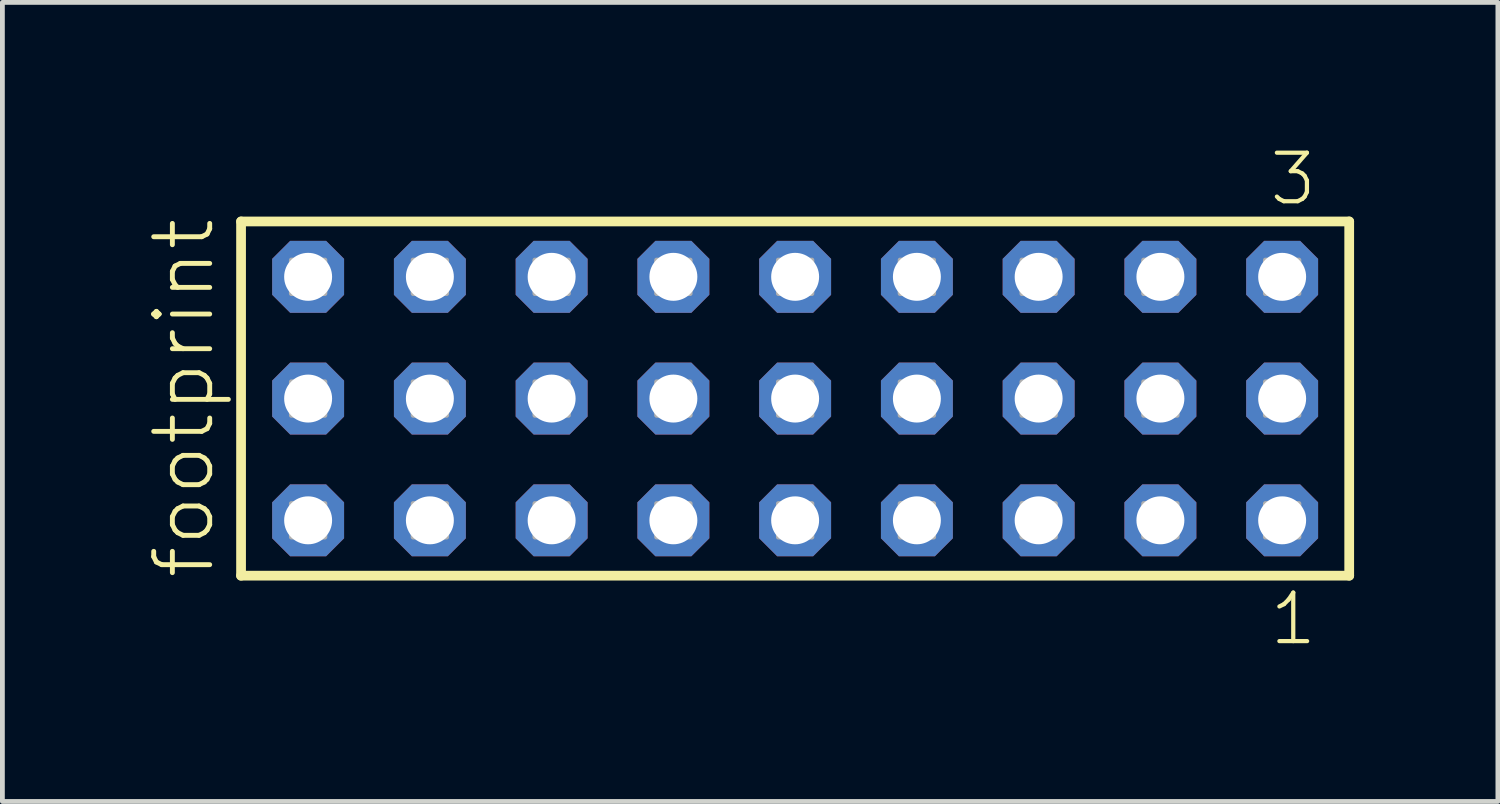
<source format=kicad_pcb>
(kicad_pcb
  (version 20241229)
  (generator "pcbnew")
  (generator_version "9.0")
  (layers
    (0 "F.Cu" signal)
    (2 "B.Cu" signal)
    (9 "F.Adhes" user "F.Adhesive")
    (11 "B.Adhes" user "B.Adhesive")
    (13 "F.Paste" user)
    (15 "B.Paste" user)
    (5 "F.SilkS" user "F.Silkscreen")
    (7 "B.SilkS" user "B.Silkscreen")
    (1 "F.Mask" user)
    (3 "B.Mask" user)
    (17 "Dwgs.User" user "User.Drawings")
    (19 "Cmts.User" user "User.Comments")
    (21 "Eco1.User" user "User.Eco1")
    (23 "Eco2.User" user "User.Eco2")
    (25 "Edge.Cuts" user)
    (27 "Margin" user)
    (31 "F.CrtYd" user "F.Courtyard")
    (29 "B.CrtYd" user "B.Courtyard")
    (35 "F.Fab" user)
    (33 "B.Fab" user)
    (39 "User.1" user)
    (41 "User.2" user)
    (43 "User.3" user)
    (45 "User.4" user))
  (footprint "footprint"
    (layer "F.Cu")
    (at 13.538 5.265)
    (property "Reference" "footprint" (at -12.065 3.81 90) (layer "F.SilkS") (effects (font (size 1.168 1.168) (thickness 0.102)) (justify left bottom)))
    (fp_line (start -11.559 -3.695) (end 11.559 -3.695) (stroke (width 0.203) (type solid)) (layer "F.SilkS"))
    (fp_line (start -11.559 3.695) (end -11.559 -3.695) (stroke (width 0.203) (type solid)) (layer "F.SilkS"))
    (fp_line (start 11.559 -3.695) (end 11.559 3.695) (stroke (width 0.203) (type solid)) (layer "F.SilkS"))
    (fp_line (start 11.559 3.695) (end -11.559 3.695) (stroke (width 0.203) (type solid)) (layer "F.SilkS"))
    (fp_poly (pts (xy -10.51 -2.19) (xy -9.81 -2.19) (xy -9.81 -2.89) (xy -10.51 -2.89)) (stroke (width 0.1) (type solid)) (fill no) (layer "F.Fab"))
    (fp_poly (pts (xy -10.51 0.35) (xy -9.81 0.35) (xy -9.81 -0.35) (xy -10.51 -0.35)) (stroke (width 0.1) (type solid)) (fill no) (layer "F.Fab"))
    (fp_poly (pts (xy -10.51 2.89) (xy -9.81 2.89) (xy -9.81 2.19) (xy -10.51 2.19)) (stroke (width 0.1) (type solid)) (fill no) (layer "F.Fab"))
    (fp_poly (pts (xy -7.97 -2.19) (xy -7.27 -2.19) (xy -7.27 -2.89) (xy -7.97 -2.89)) (stroke (width 0.1) (type solid)) (fill no) (layer "F.Fab"))
    (fp_poly (pts (xy -7.97 0.35) (xy -7.27 0.35) (xy -7.27 -0.35) (xy -7.97 -0.35)) (stroke (width 0.1) (type solid)) (fill no) (layer "F.Fab"))
    (fp_poly (pts (xy -7.97 2.89) (xy -7.27 2.89) (xy -7.27 2.19) (xy -7.97 2.19)) (stroke (width 0.1) (type solid)) (fill no) (layer "F.Fab"))
    (fp_poly (pts (xy -5.43 -2.19) (xy -4.73 -2.19) (xy -4.73 -2.89) (xy -5.43 -2.89)) (stroke (width 0.1) (type solid)) (fill no) (layer "F.Fab"))
    (fp_poly (pts (xy -5.43 0.35) (xy -4.73 0.35) (xy -4.73 -0.35) (xy -5.43 -0.35)) (stroke (width 0.1) (type solid)) (fill no) (layer "F.Fab"))
    (fp_poly (pts (xy -5.43 2.89) (xy -4.73 2.89) (xy -4.73 2.19) (xy -5.43 2.19)) (stroke (width 0.1) (type solid)) (fill no) (layer "F.Fab"))
    (fp_poly (pts (xy -2.89 -2.19) (xy -2.19 -2.19) (xy -2.19 -2.89) (xy -2.89 -2.89)) (stroke (width 0.1) (type solid)) (fill no) (layer "F.Fab"))
    (fp_poly (pts (xy -2.89 0.35) (xy -2.19 0.35) (xy -2.19 -0.35) (xy -2.89 -0.35)) (stroke (width 0.1) (type solid)) (fill no) (layer "F.Fab"))
    (fp_poly (pts (xy -2.89 2.89) (xy -2.19 2.89) (xy -2.19 2.19) (xy -2.89 2.19)) (stroke (width 0.1) (type solid)) (fill no) (layer "F.Fab"))
    (fp_poly (pts (xy -0.35 -2.19) (xy 0.35 -2.19) (xy 0.35 -2.89) (xy -0.35 -2.89)) (stroke (width 0.1) (type solid)) (fill no) (layer "F.Fab"))
    (fp_poly (pts (xy -0.35 0.35) (xy 0.35 0.35) (xy 0.35 -0.35) (xy -0.35 -0.35)) (stroke (width 0.1) (type solid)) (fill no) (layer "F.Fab"))
    (fp_poly (pts (xy -0.35 2.89) (xy 0.35 2.89) (xy 0.35 2.19) (xy -0.35 2.19)) (stroke (width 0.1) (type solid)) (fill no) (layer "F.Fab"))
    (fp_poly (pts (xy 2.19 -2.19) (xy 2.89 -2.19) (xy 2.89 -2.89) (xy 2.19 -2.89)) (stroke (width 0.1) (type solid)) (fill no) (layer "F.Fab"))
    (fp_poly (pts (xy 2.19 0.35) (xy 2.89 0.35) (xy 2.89 -0.35) (xy 2.19 -0.35)) (stroke (width 0.1) (type solid)) (fill no) (layer "F.Fab"))
    (fp_poly (pts (xy 2.19 2.89) (xy 2.89 2.89) (xy 2.89 2.19) (xy 2.19 2.19)) (stroke (width 0.1) (type solid)) (fill no) (layer "F.Fab"))
    (fp_poly (pts (xy 4.73 -2.19) (xy 5.43 -2.19) (xy 5.43 -2.89) (xy 4.73 -2.89)) (stroke (width 0.1) (type solid)) (fill no) (layer "F.Fab"))
    (fp_poly (pts (xy 4.73 0.35) (xy 5.43 0.35) (xy 5.43 -0.35) (xy 4.73 -0.35)) (stroke (width 0.1) (type solid)) (fill no) (layer "F.Fab"))
    (fp_poly (pts (xy 4.73 2.89) (xy 5.43 2.89) (xy 5.43 2.19) (xy 4.73 2.19)) (stroke (width 0.1) (type solid)) (fill no) (layer "F.Fab"))
    (fp_poly (pts (xy 7.27 -2.19) (xy 7.97 -2.19) (xy 7.97 -2.89) (xy 7.27 -2.89)) (stroke (width 0.1) (type solid)) (fill no) (layer "F.Fab"))
    (fp_poly (pts (xy 7.27 0.35) (xy 7.97 0.35) (xy 7.97 -0.35) (xy 7.27 -0.35)) (stroke (width 0.1) (type solid)) (fill no) (layer "F.Fab"))
    (fp_poly (pts (xy 7.27 2.89) (xy 7.97 2.89) (xy 7.97 2.19) (xy 7.27 2.19)) (stroke (width 0.1) (type solid)) (fill no) (layer "F.Fab"))
    (fp_poly (pts (xy 9.81 -2.19) (xy 10.51 -2.19) (xy 10.51 -2.89) (xy 9.81 -2.89)) (stroke (width 0.1) (type solid)) (fill no) (layer "F.Fab"))
    (fp_poly (pts (xy 9.81 0.35) (xy 10.51 0.35) (xy 10.51 -0.35) (xy 9.81 -0.35)) (stroke (width 0.1) (type solid)) (fill no) (layer "F.Fab"))
    (fp_poly (pts (xy 9.81 2.89) (xy 10.51 2.89) (xy 10.51 2.19) (xy 9.81 2.19)) (stroke (width 0.1) (type solid)) (fill no) (layer "F.Fab"))
    (fp_text user "1" (at 9.852 5.188 0) (layer "F.SilkS") (effects (font (size 1.012 1.012) (thickness 0.088)) (justify left bottom)))
    (fp_text user "3" (at 9.848 -3.989 0) (layer "F.SilkS") (effects (font (size 1.012 1.012) (thickness 0.088)) (justify left bottom)))
    (pad "1" thru_hole roundrect (at 10.16 2.54 180) (size 1.5 1.5) (drill 1) (layers "*.Cu" "*.Mask") (roundrect_rratio 0.25) (chamfer_ratio 0.25) (chamfer top_left top_right bottom_left bottom_right))
    (pad "2" thru_hole roundrect (at 10.16 0 180) (size 1.5 1.5) (drill 1) (layers "*.Cu" "*.Mask") (roundrect_rratio 0.25) (chamfer_ratio 0.25) (chamfer top_left top_right bottom_left bottom_right))
    (pad "3" thru_hole roundrect (at 10.16 -2.54 180) (size 1.5 1.5) (drill 1) (layers "*.Cu" "*.Mask") (roundrect_rratio 0.25) (chamfer_ratio 0.25) (chamfer top_left top_right bottom_left bottom_right))
    (pad "4" thru_hole roundrect (at 7.62 2.54 180) (size 1.5 1.5) (drill 1) (layers "*.Cu" "*.Mask") (roundrect_rratio 0.25) (chamfer_ratio 0.25) (chamfer top_left top_right bottom_left bottom_right))
    (pad "5" thru_hole roundrect (at 7.62 0 180) (size 1.5 1.5) (drill 1) (layers "*.Cu" "*.Mask") (roundrect_rratio 0.25) (chamfer_ratio 0.25) (chamfer top_left top_right bottom_left bottom_right))
    (pad "6" thru_hole roundrect (at 7.62 -2.54 180) (size 1.5 1.5) (drill 1) (layers "*.Cu" "*.Mask") (roundrect_rratio 0.25) (chamfer_ratio 0.25) (chamfer top_left top_right bottom_left bottom_right))
    (pad "7" thru_hole roundrect (at 5.08 2.54 180) (size 1.5 1.5) (drill 1) (layers "*.Cu" "*.Mask") (roundrect_rratio 0.25) (chamfer_ratio 0.25) (chamfer top_left top_right bottom_left bottom_right))
    (pad "8" thru_hole roundrect (at 5.08 0 180) (size 1.5 1.5) (drill 1) (layers "*.Cu" "*.Mask") (roundrect_rratio 0.25) (chamfer_ratio 0.25) (chamfer top_left top_right bottom_left bottom_right))
    (pad "9" thru_hole roundrect (at 5.08 -2.54 180) (size 1.5 1.5) (drill 1) (layers "*.Cu" "*.Mask") (roundrect_rratio 0.25) (chamfer_ratio 0.25) (chamfer top_left top_right bottom_left bottom_right))
    (pad "10" thru_hole roundrect (at 2.54 2.54 180) (size 1.5 1.5) (drill 1) (layers "*.Cu" "*.Mask") (roundrect_rratio 0.25) (chamfer_ratio 0.25) (chamfer top_left top_right bottom_left bottom_right))
    (pad "11" thru_hole roundrect (at 2.54 0 180) (size 1.5 1.5) (drill 1) (layers "*.Cu" "*.Mask") (roundrect_rratio 0.25) (chamfer_ratio 0.25) (chamfer top_left top_right bottom_left bottom_right))
    (pad "12" thru_hole roundrect (at 2.54 -2.54 180) (size 1.5 1.5) (drill 1) (layers "*.Cu" "*.Mask") (roundrect_rratio 0.25) (chamfer_ratio 0.25) (chamfer top_left top_right bottom_left bottom_right))
    (pad "13" thru_hole roundrect (at 0 2.54 180) (size 1.5 1.5) (drill 1) (layers "*.Cu" "*.Mask") (roundrect_rratio 0.25) (chamfer_ratio 0.25) (chamfer top_left top_right bottom_left bottom_right))
    (pad "14" thru_hole roundrect (at 0 0 180) (size 1.5 1.5) (drill 1) (layers "*.Cu" "*.Mask") (roundrect_rratio 0.25) (chamfer_ratio 0.25) (chamfer top_left top_right bottom_left bottom_right))
    (pad "15" thru_hole roundrect (at 0 -2.54 180) (size 1.5 1.5) (drill 1) (layers "*.Cu" "*.Mask") (roundrect_rratio 0.25) (chamfer_ratio 0.25) (chamfer top_left top_right bottom_left bottom_right))
    (pad "16" thru_hole roundrect (at -2.54 2.54 180) (size 1.5 1.5) (drill 1) (layers "*.Cu" "*.Mask") (roundrect_rratio 0.25) (chamfer_ratio 0.25) (chamfer top_left top_right bottom_left bottom_right))
    (pad "17" thru_hole roundrect (at -2.54 0 180) (size 1.5 1.5) (drill 1) (layers "*.Cu" "*.Mask") (roundrect_rratio 0.25) (chamfer_ratio 0.25) (chamfer top_left top_right bottom_left bottom_right))
    (pad "18" thru_hole roundrect (at -2.54 -2.54 180) (size 1.5 1.5) (drill 1) (layers "*.Cu" "*.Mask") (roundrect_rratio 0.25) (chamfer_ratio 0.25) (chamfer top_left top_right bottom_left bottom_right))
    (pad "19" thru_hole roundrect (at -5.08 2.54 180) (size 1.5 1.5) (drill 1) (layers "*.Cu" "*.Mask") (roundrect_rratio 0.25) (chamfer_ratio 0.25) (chamfer top_left top_right bottom_left bottom_right))
    (pad "20" thru_hole roundrect (at -5.08 0 180) (size 1.5 1.5) (drill 1) (layers "*.Cu" "*.Mask") (roundrect_rratio 0.25) (chamfer_ratio 0.25) (chamfer top_left top_right bottom_left bottom_right))
    (pad "21" thru_hole roundrect (at -5.08 -2.54 180) (size 1.5 1.5) (drill 1) (layers "*.Cu" "*.Mask") (roundrect_rratio 0.25) (chamfer_ratio 0.25) (chamfer top_left top_right bottom_left bottom_right))
    (pad "22" thru_hole roundrect (at -7.62 2.54 180) (size 1.5 1.5) (drill 1) (layers "*.Cu" "*.Mask") (roundrect_rratio 0.25) (chamfer_ratio 0.25) (chamfer top_left top_right bottom_left bottom_right))
    (pad "23" thru_hole roundrect (at -7.62 0 180) (size 1.5 1.5) (drill 1) (layers "*.Cu" "*.Mask") (roundrect_rratio 0.25) (chamfer_ratio 0.25) (chamfer top_left top_right bottom_left bottom_right))
    (pad "24" thru_hole roundrect (at -7.62 -2.54 180) (size 1.5 1.5) (drill 1) (layers "*.Cu" "*.Mask") (roundrect_rratio 0.25) (chamfer_ratio 0.25) (chamfer top_left top_right bottom_left bottom_right))
    (pad "25" thru_hole roundrect (at -10.16 2.54 180) (size 1.5 1.5) (drill 1) (layers "*.Cu" "*.Mask") (roundrect_rratio 0.25) (chamfer_ratio 0.25) (chamfer top_left top_right bottom_left bottom_right))
    (pad "26" thru_hole roundrect (at -10.16 0 180) (size 1.5 1.5) (drill 1) (layers "*.Cu" "*.Mask") (roundrect_rratio 0.25) (chamfer_ratio 0.25) (chamfer top_left top_right bottom_left bottom_right))
    (pad "27" thru_hole roundrect (at -10.16 -2.54 180) (size 1.5 1.5) (drill 1) (layers "*.Cu" "*.Mask") (roundrect_rratio 0.25) (chamfer_ratio 0.25) (chamfer top_left top_right bottom_left bottom_right)))
  (gr_rect
    (start -3 -3)
    (end 28.199 13.67)
    (stroke (width 0.1) (type default))
    (fill no)
    (layer "Edge.Cuts")))
</source>
